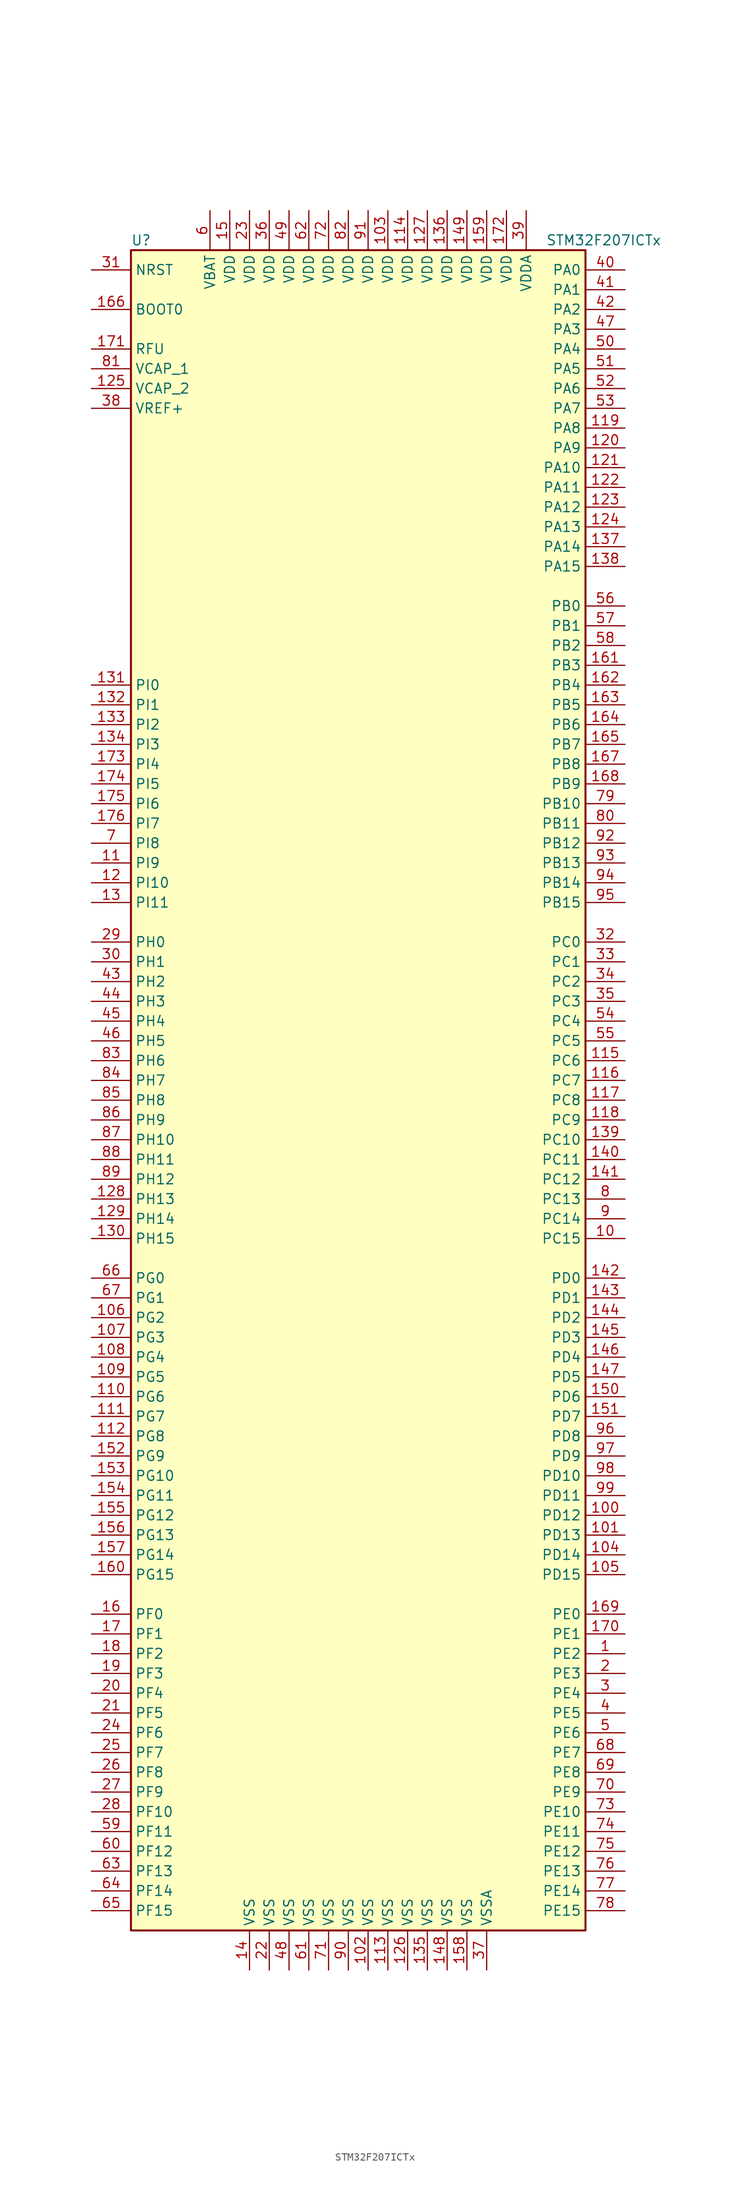
<source format=kicad_sym>
(kicad_symbol_lib
  (version 20211014)
  (generator kicad_symbol_editor)
  (symbol "STM32F207ICTx"
    (property "Reference" "U"
      (at -30.48 107.95 0)
      (effects (font (size 1.27 1.27)) (justify left)))
    (property "Value" "STM32F207ICTx"
      (at 22.86 107.95 0)
      (effects (font (size 1.27 1.27)) (justify left)))
    (symbol "STM32F207ICTx_0_1"
      (rectangle (start -30.48 -109.22) (end 27.94 106.68) (stroke (width 0.254) (type default) (color 0 0 0 0)) (fill (type background))))
    (symbol "STM32F207ICTx_1_1"
      (pin bidirectional line (at 33.02 -73.66 180) (length 5.08) (name "PE2" (effects (font (size 1.27 1.27)))) (number "1" (effects (font (size 1.27 1.27)))))
      (pin bidirectional line (at 33.02 -20.32 180) (length 5.08) (name "PC15" (effects (font (size 1.27 1.27)))) (number "10" (effects (font (size 1.27 1.27)))))
      (pin bidirectional line (at 33.02 -55.88 180) (length 5.08) (name "PD12" (effects (font (size 1.27 1.27)))) (number "100" (effects (font (size 1.27 1.27)))))
      (pin bidirectional line (at 33.02 -58.42 180) (length 5.08) (name "PD13" (effects (font (size 1.27 1.27)))) (number "101" (effects (font (size 1.27 1.27)))))
      (pin power_in line (at 0 -114.3 90) (length 5.08) (name "VSS" (effects (font (size 1.27 1.27)))) (number "102" (effects (font (size 1.27 1.27)))))
      (pin power_in line (at 2.54 111.76 270) (length 5.08) (name "VDD" (effects (font (size 1.27 1.27)))) (number "103" (effects (font (size 1.27 1.27)))))
      (pin bidirectional line (at 33.02 -60.96 180) (length 5.08) (name "PD14" (effects (font (size 1.27 1.27)))) (number "104" (effects (font (size 1.27 1.27)))))
      (pin bidirectional line (at 33.02 -63.5 180) (length 5.08) (name "PD15" (effects (font (size 1.27 1.27)))) (number "105" (effects (font (size 1.27 1.27)))))
      (pin bidirectional line (at -35.56 -30.48 0) (length 5.08) (name "PG2" (effects (font (size 1.27 1.27)))) (number "106" (effects (font (size 1.27 1.27)))))
      (pin bidirectional line (at -35.56 -33.02 0) (length 5.08) (name "PG3" (effects (font (size 1.27 1.27)))) (number "107" (effects (font (size 1.27 1.27)))))
      (pin bidirectional line (at -35.56 -35.56 0) (length 5.08) (name "PG4" (effects (font (size 1.27 1.27)))) (number "108" (effects (font (size 1.27 1.27)))))
      (pin bidirectional line (at -35.56 -38.1 0) (length 5.08) (name "PG5" (effects (font (size 1.27 1.27)))) (number "109" (effects (font (size 1.27 1.27)))))
      (pin bidirectional line (at -35.56 27.94 0) (length 5.08) (name "PI9" (effects (font (size 1.27 1.27)))) (number "11" (effects (font (size 1.27 1.27)))))
      (pin bidirectional line (at -35.56 -40.64 0) (length 5.08) (name "PG6" (effects (font (size 1.27 1.27)))) (number "110" (effects (font (size 1.27 1.27)))))
      (pin bidirectional line (at -35.56 -43.18 0) (length 5.08) (name "PG7" (effects (font (size 1.27 1.27)))) (number "111" (effects (font (size 1.27 1.27)))))
      (pin bidirectional line (at -35.56 -45.72 0) (length 5.08) (name "PG8" (effects (font (size 1.27 1.27)))) (number "112" (effects (font (size 1.27 1.27)))))
      (pin power_in line (at 2.54 -114.3 90) (length 5.08) (name "VSS" (effects (font (size 1.27 1.27)))) (number "113" (effects (font (size 1.27 1.27)))))
      (pin power_in line (at 5.08 111.76 270) (length 5.08) (name "VDD" (effects (font (size 1.27 1.27)))) (number "114" (effects (font (size 1.27 1.27)))))
      (pin bidirectional line (at 33.02 2.54 180) (length 5.08) (name "PC6" (effects (font (size 1.27 1.27)))) (number "115" (effects (font (size 1.27 1.27)))))
      (pin bidirectional line (at 33.02 0 180) (length 5.08) (name "PC7" (effects (font (size 1.27 1.27)))) (number "116" (effects (font (size 1.27 1.27)))))
      (pin bidirectional line (at 33.02 -2.54 180) (length 5.08) (name "PC8" (effects (font (size 1.27 1.27)))) (number "117" (effects (font (size 1.27 1.27)))))
      (pin bidirectional line (at 33.02 -5.08 180) (length 5.08) (name "PC9" (effects (font (size 1.27 1.27)))) (number "118" (effects (font (size 1.27 1.27)))))
      (pin bidirectional line (at 33.02 83.82 180) (length 5.08) (name "PA8" (effects (font (size 1.27 1.27)))) (number "119" (effects (font (size 1.27 1.27)))))
      (pin bidirectional line (at -35.56 25.4 0) (length 5.08) (name "PI10" (effects (font (size 1.27 1.27)))) (number "12" (effects (font (size 1.27 1.27)))))
      (pin bidirectional line (at 33.02 81.28 180) (length 5.08) (name "PA9" (effects (font (size 1.27 1.27)))) (number "120" (effects (font (size 1.27 1.27)))))
      (pin bidirectional line (at 33.02 78.74 180) (length 5.08) (name "PA10" (effects (font (size 1.27 1.27)))) (number "121" (effects (font (size 1.27 1.27)))))
      (pin bidirectional line (at 33.02 76.2 180) (length 5.08) (name "PA11" (effects (font (size 1.27 1.27)))) (number "122" (effects (font (size 1.27 1.27)))))
      (pin bidirectional line (at 33.02 73.66 180) (length 5.08) (name "PA12" (effects (font (size 1.27 1.27)))) (number "123" (effects (font (size 1.27 1.27)))))
      (pin bidirectional line (at 33.02 71.12 180) (length 5.08) (name "PA13" (effects (font (size 1.27 1.27)))) (number "124" (effects (font (size 1.27 1.27)))))
      (pin power_in line (at -35.56 88.9 0) (length 5.08) (name "VCAP_2" (effects (font (size 1.27 1.27)))) (number "125" (effects (font (size 1.27 1.27)))))
      (pin power_in line (at 5.08 -114.3 90) (length 5.08) (name "VSS" (effects (font (size 1.27 1.27)))) (number "126" (effects (font (size 1.27 1.27)))))
      (pin power_in line (at 7.62 111.76 270) (length 5.08) (name "VDD" (effects (font (size 1.27 1.27)))) (number "127" (effects (font (size 1.27 1.27)))))
      (pin bidirectional line (at -35.56 -15.24 0) (length 5.08) (name "PH13" (effects (font (size 1.27 1.27)))) (number "128" (effects (font (size 1.27 1.27)))))
      (pin bidirectional line (at -35.56 -17.78 0) (length 5.08) (name "PH14" (effects (font (size 1.27 1.27)))) (number "129" (effects (font (size 1.27 1.27)))))
      (pin bidirectional line (at -35.56 22.86 0) (length 5.08) (name "PI11" (effects (font (size 1.27 1.27)))) (number "13" (effects (font (size 1.27 1.27)))))
      (pin bidirectional line (at -35.56 -20.32 0) (length 5.08) (name "PH15" (effects (font (size 1.27 1.27)))) (number "130" (effects (font (size 1.27 1.27)))))
      (pin bidirectional line (at -35.56 50.8 0) (length 5.08) (name "PI0" (effects (font (size 1.27 1.27)))) (number "131" (effects (font (size 1.27 1.27)))))
      (pin bidirectional line (at -35.56 48.26 0) (length 5.08) (name "PI1" (effects (font (size 1.27 1.27)))) (number "132" (effects (font (size 1.27 1.27)))))
      (pin bidirectional line (at -35.56 45.72 0) (length 5.08) (name "PI2" (effects (font (size 1.27 1.27)))) (number "133" (effects (font (size 1.27 1.27)))))
      (pin bidirectional line (at -35.56 43.18 0) (length 5.08) (name "PI3" (effects (font (size 1.27 1.27)))) (number "134" (effects (font (size 1.27 1.27)))))
      (pin power_in line (at 7.62 -114.3 90) (length 5.08) (name "VSS" (effects (font (size 1.27 1.27)))) (number "135" (effects (font (size 1.27 1.27)))))
      (pin power_in line (at 10.16 111.76 270) (length 5.08) (name "VDD" (effects (font (size 1.27 1.27)))) (number "136" (effects (font (size 1.27 1.27)))))
      (pin bidirectional line (at 33.02 68.58 180) (length 5.08) (name "PA14" (effects (font (size 1.27 1.27)))) (number "137" (effects (font (size 1.27 1.27)))))
      (pin bidirectional line (at 33.02 66.04 180) (length 5.08) (name "PA15" (effects (font (size 1.27 1.27)))) (number "138" (effects (font (size 1.27 1.27)))))
      (pin bidirectional line (at 33.02 -7.62 180) (length 5.08) (name "PC10" (effects (font (size 1.27 1.27)))) (number "139" (effects (font (size 1.27 1.27)))))
      (pin power_in line (at -15.24 -114.3 90) (length 5.08) (name "VSS" (effects (font (size 1.27 1.27)))) (number "14" (effects (font (size 1.27 1.27)))))
      (pin bidirectional line (at 33.02 -10.16 180) (length 5.08) (name "PC11" (effects (font (size 1.27 1.27)))) (number "140" (effects (font (size 1.27 1.27)))))
      (pin bidirectional line (at 33.02 -12.7 180) (length 5.08) (name "PC12" (effects (font (size 1.27 1.27)))) (number "141" (effects (font (size 1.27 1.27)))))
      (pin bidirectional line (at 33.02 -25.4 180) (length 5.08) (name "PD0" (effects (font (size 1.27 1.27)))) (number "142" (effects (font (size 1.27 1.27)))))
      (pin bidirectional line (at 33.02 -27.94 180) (length 5.08) (name "PD1" (effects (font (size 1.27 1.27)))) (number "143" (effects (font (size 1.27 1.27)))))
      (pin bidirectional line (at 33.02 -30.48 180) (length 5.08) (name "PD2" (effects (font (size 1.27 1.27)))) (number "144" (effects (font (size 1.27 1.27)))))
      (pin bidirectional line (at 33.02 -33.02 180) (length 5.08) (name "PD3" (effects (font (size 1.27 1.27)))) (number "145" (effects (font (size 1.27 1.27)))))
      (pin bidirectional line (at 33.02 -35.56 180) (length 5.08) (name "PD4" (effects (font (size 1.27 1.27)))) (number "146" (effects (font (size 1.27 1.27)))))
      (pin bidirectional line (at 33.02 -38.1 180) (length 5.08) (name "PD5" (effects (font (size 1.27 1.27)))) (number "147" (effects (font (size 1.27 1.27)))))
      (pin power_in line (at 10.16 -114.3 90) (length 5.08) (name "VSS" (effects (font (size 1.27 1.27)))) (number "148" (effects (font (size 1.27 1.27)))))
      (pin power_in line (at 12.7 111.76 270) (length 5.08) (name "VDD" (effects (font (size 1.27 1.27)))) (number "149" (effects (font (size 1.27 1.27)))))
      (pin power_in line (at -17.78 111.76 270) (length 5.08) (name "VDD" (effects (font (size 1.27 1.27)))) (number "15" (effects (font (size 1.27 1.27)))))
      (pin bidirectional line (at 33.02 -40.64 180) (length 5.08) (name "PD6" (effects (font (size 1.27 1.27)))) (number "150" (effects (font (size 1.27 1.27)))))
      (pin bidirectional line (at 33.02 -43.18 180) (length 5.08) (name "PD7" (effects (font (size 1.27 1.27)))) (number "151" (effects (font (size 1.27 1.27)))))
      (pin bidirectional line (at -35.56 -48.26 0) (length 5.08) (name "PG9" (effects (font (size 1.27 1.27)))) (number "152" (effects (font (size 1.27 1.27)))))
      (pin bidirectional line (at -35.56 -50.8 0) (length 5.08) (name "PG10" (effects (font (size 1.27 1.27)))) (number "153" (effects (font (size 1.27 1.27)))))
      (pin bidirectional line (at -35.56 -53.34 0) (length 5.08) (name "PG11" (effects (font (size 1.27 1.27)))) (number "154" (effects (font (size 1.27 1.27)))))
      (pin bidirectional line (at -35.56 -55.88 0) (length 5.08) (name "PG12" (effects (font (size 1.27 1.27)))) (number "155" (effects (font (size 1.27 1.27)))))
      (pin bidirectional line (at -35.56 -58.42 0) (length 5.08) (name "PG13" (effects (font (size 1.27 1.27)))) (number "156" (effects (font (size 1.27 1.27)))))
      (pin bidirectional line (at -35.56 -60.96 0) (length 5.08) (name "PG14" (effects (font (size 1.27 1.27)))) (number "157" (effects (font (size 1.27 1.27)))))
      (pin power_in line (at 12.7 -114.3 90) (length 5.08) (name "VSS" (effects (font (size 1.27 1.27)))) (number "158" (effects (font (size 1.27 1.27)))))
      (pin power_in line (at 15.24 111.76 270) (length 5.08) (name "VDD" (effects (font (size 1.27 1.27)))) (number "159" (effects (font (size 1.27 1.27)))))
      (pin bidirectional line (at -35.56 -68.58 0) (length 5.08) (name "PF0" (effects (font (size 1.27 1.27)))) (number "16" (effects (font (size 1.27 1.27)))))
      (pin bidirectional line (at -35.56 -63.5 0) (length 5.08) (name "PG15" (effects (font (size 1.27 1.27)))) (number "160" (effects (font (size 1.27 1.27)))))
      (pin bidirectional line (at 33.02 53.34 180) (length 5.08) (name "PB3" (effects (font (size 1.27 1.27)))) (number "161" (effects (font (size 1.27 1.27)))))
      (pin bidirectional line (at 33.02 50.8 180) (length 5.08) (name "PB4" (effects (font (size 1.27 1.27)))) (number "162" (effects (font (size 1.27 1.27)))))
      (pin bidirectional line (at 33.02 48.26 180) (length 5.08) (name "PB5" (effects (font (size 1.27 1.27)))) (number "163" (effects (font (size 1.27 1.27)))))
      (pin bidirectional line (at 33.02 45.72 180) (length 5.08) (name "PB6" (effects (font (size 1.27 1.27)))) (number "164" (effects (font (size 1.27 1.27)))))
      (pin bidirectional line (at 33.02 43.18 180) (length 5.08) (name "PB7" (effects (font (size 1.27 1.27)))) (number "165" (effects (font (size 1.27 1.27)))))
      (pin input line (at -35.56 99.06 0) (length 5.08) (name "BOOT0" (effects (font (size 1.27 1.27)))) (number "166" (effects (font (size 1.27 1.27)))))
      (pin bidirectional line (at 33.02 40.64 180) (length 5.08) (name "PB8" (effects (font (size 1.27 1.27)))) (number "167" (effects (font (size 1.27 1.27)))))
      (pin bidirectional line (at 33.02 38.1 180) (length 5.08) (name "PB9" (effects (font (size 1.27 1.27)))) (number "168" (effects (font (size 1.27 1.27)))))
      (pin bidirectional line (at 33.02 -68.58 180) (length 5.08) (name "PE0" (effects (font (size 1.27 1.27)))) (number "169" (effects (font (size 1.27 1.27)))))
      (pin bidirectional line (at -35.56 -71.12 0) (length 5.08) (name "PF1" (effects (font (size 1.27 1.27)))) (number "17" (effects (font (size 1.27 1.27)))))
      (pin bidirectional line (at 33.02 -71.12 180) (length 5.08) (name "PE1" (effects (font (size 1.27 1.27)))) (number "170" (effects (font (size 1.27 1.27)))))
      (pin power_in line (at -35.56 93.98 0) (length 5.08) (name "RFU" (effects (font (size 1.27 1.27)))) (number "171" (effects (font (size 1.27 1.27)))))
      (pin power_in line (at 17.78 111.76 270) (length 5.08) (name "VDD" (effects (font (size 1.27 1.27)))) (number "172" (effects (font (size 1.27 1.27)))))
      (pin bidirectional line (at -35.56 40.64 0) (length 5.08) (name "PI4" (effects (font (size 1.27 1.27)))) (number "173" (effects (font (size 1.27 1.27)))))
      (pin bidirectional line (at -35.56 38.1 0) (length 5.08) (name "PI5" (effects (font (size 1.27 1.27)))) (number "174" (effects (font (size 1.27 1.27)))))
      (pin bidirectional line (at -35.56 35.56 0) (length 5.08) (name "PI6" (effects (font (size 1.27 1.27)))) (number "175" (effects (font (size 1.27 1.27)))))
      (pin bidirectional line (at -35.56 33.02 0) (length 5.08) (name "PI7" (effects (font (size 1.27 1.27)))) (number "176" (effects (font (size 1.27 1.27)))))
      (pin bidirectional line (at -35.56 -73.66 0) (length 5.08) (name "PF2" (effects (font (size 1.27 1.27)))) (number "18" (effects (font (size 1.27 1.27)))))
      (pin bidirectional line (at -35.56 -76.2 0) (length 5.08) (name "PF3" (effects (font (size 1.27 1.27)))) (number "19" (effects (font (size 1.27 1.27)))))
      (pin bidirectional line (at 33.02 -76.2 180) (length 5.08) (name "PE3" (effects (font (size 1.27 1.27)))) (number "2" (effects (font (size 1.27 1.27)))))
      (pin bidirectional line (at -35.56 -78.74 0) (length 5.08) (name "PF4" (effects (font (size 1.27 1.27)))) (number "20" (effects (font (size 1.27 1.27)))))
      (pin bidirectional line (at -35.56 -81.28 0) (length 5.08) (name "PF5" (effects (font (size 1.27 1.27)))) (number "21" (effects (font (size 1.27 1.27)))))
      (pin power_in line (at -12.7 -114.3 90) (length 5.08) (name "VSS" (effects (font (size 1.27 1.27)))) (number "22" (effects (font (size 1.27 1.27)))))
      (pin power_in line (at -15.24 111.76 270) (length 5.08) (name "VDD" (effects (font (size 1.27 1.27)))) (number "23" (effects (font (size 1.27 1.27)))))
      (pin bidirectional line (at -35.56 -83.82 0) (length 5.08) (name "PF6" (effects (font (size 1.27 1.27)))) (number "24" (effects (font (size 1.27 1.27)))))
      (pin bidirectional line (at -35.56 -86.36 0) (length 5.08) (name "PF7" (effects (font (size 1.27 1.27)))) (number "25" (effects (font (size 1.27 1.27)))))
      (pin bidirectional line (at -35.56 -88.9 0) (length 5.08) (name "PF8" (effects (font (size 1.27 1.27)))) (number "26" (effects (font (size 1.27 1.27)))))
      (pin bidirectional line (at -35.56 -91.44 0) (length 5.08) (name "PF9" (effects (font (size 1.27 1.27)))) (number "27" (effects (font (size 1.27 1.27)))))
      (pin bidirectional line (at -35.56 -93.98 0) (length 5.08) (name "PF10" (effects (font (size 1.27 1.27)))) (number "28" (effects (font (size 1.27 1.27)))))
      (pin input line (at -35.56 17.78 0) (length 5.08) (name "PH0" (effects (font (size 1.27 1.27)))) (number "29" (effects (font (size 1.27 1.27)))))
      (pin bidirectional line (at 33.02 -78.74 180) (length 5.08) (name "PE4" (effects (font (size 1.27 1.27)))) (number "3" (effects (font (size 1.27 1.27)))))
      (pin input line (at -35.56 15.24 0) (length 5.08) (name "PH1" (effects (font (size 1.27 1.27)))) (number "30" (effects (font (size 1.27 1.27)))))
      (pin input line (at -35.56 104.14 0) (length 5.08) (name "NRST" (effects (font (size 1.27 1.27)))) (number "31" (effects (font (size 1.27 1.27)))))
      (pin bidirectional line (at 33.02 17.78 180) (length 5.08) (name "PC0" (effects (font (size 1.27 1.27)))) (number "32" (effects (font (size 1.27 1.27)))))
      (pin bidirectional line (at 33.02 15.24 180) (length 5.08) (name "PC1" (effects (font (size 1.27 1.27)))) (number "33" (effects (font (size 1.27 1.27)))))
      (pin bidirectional line (at 33.02 12.7 180) (length 5.08) (name "PC2" (effects (font (size 1.27 1.27)))) (number "34" (effects (font (size 1.27 1.27)))))
      (pin bidirectional line (at 33.02 10.16 180) (length 5.08) (name "PC3" (effects (font (size 1.27 1.27)))) (number "35" (effects (font (size 1.27 1.27)))))
      (pin power_in line (at -12.7 111.76 270) (length 5.08) (name "VDD" (effects (font (size 1.27 1.27)))) (number "36" (effects (font (size 1.27 1.27)))))
      (pin power_in line (at 15.24 -114.3 90) (length 5.08) (name "VSSA" (effects (font (size 1.27 1.27)))) (number "37" (effects (font (size 1.27 1.27)))))
      (pin power_in line (at -35.56 86.36 0) (length 5.08) (name "VREF+" (effects (font (size 1.27 1.27)))) (number "38" (effects (font (size 1.27 1.27)))))
      (pin power_in line (at 20.32 111.76 270) (length 5.08) (name "VDDA" (effects (font (size 1.27 1.27)))) (number "39" (effects (font (size 1.27 1.27)))))
      (pin bidirectional line (at 33.02 -81.28 180) (length 5.08) (name "PE5" (effects (font (size 1.27 1.27)))) (number "4" (effects (font (size 1.27 1.27)))))
      (pin bidirectional line (at 33.02 104.14 180) (length 5.08) (name "PA0" (effects (font (size 1.27 1.27)))) (number "40" (effects (font (size 1.27 1.27)))))
      (pin bidirectional line (at 33.02 101.6 180) (length 5.08) (name "PA1" (effects (font (size 1.27 1.27)))) (number "41" (effects (font (size 1.27 1.27)))))
      (pin bidirectional line (at 33.02 99.06 180) (length 5.08) (name "PA2" (effects (font (size 1.27 1.27)))) (number "42" (effects (font (size 1.27 1.27)))))
      (pin bidirectional line (at -35.56 12.7 0) (length 5.08) (name "PH2" (effects (font (size 1.27 1.27)))) (number "43" (effects (font (size 1.27 1.27)))))
      (pin bidirectional line (at -35.56 10.16 0) (length 5.08) (name "PH3" (effects (font (size 1.27 1.27)))) (number "44" (effects (font (size 1.27 1.27)))))
      (pin bidirectional line (at -35.56 7.62 0) (length 5.08) (name "PH4" (effects (font (size 1.27 1.27)))) (number "45" (effects (font (size 1.27 1.27)))))
      (pin bidirectional line (at -35.56 5.08 0) (length 5.08) (name "PH5" (effects (font (size 1.27 1.27)))) (number "46" (effects (font (size 1.27 1.27)))))
      (pin bidirectional line (at 33.02 96.52 180) (length 5.08) (name "PA3" (effects (font (size 1.27 1.27)))) (number "47" (effects (font (size 1.27 1.27)))))
      (pin power_in line (at -10.16 -114.3 90) (length 5.08) (name "VSS" (effects (font (size 1.27 1.27)))) (number "48" (effects (font (size 1.27 1.27)))))
      (pin power_in line (at -10.16 111.76 270) (length 5.08) (name "VDD" (effects (font (size 1.27 1.27)))) (number "49" (effects (font (size 1.27 1.27)))))
      (pin bidirectional line (at 33.02 -83.82 180) (length 5.08) (name "PE6" (effects (font (size 1.27 1.27)))) (number "5" (effects (font (size 1.27 1.27)))))
      (pin bidirectional line (at 33.02 93.98 180) (length 5.08) (name "PA4" (effects (font (size 1.27 1.27)))) (number "50" (effects (font (size 1.27 1.27)))))
      (pin bidirectional line (at 33.02 91.44 180) (length 5.08) (name "PA5" (effects (font (size 1.27 1.27)))) (number "51" (effects (font (size 1.27 1.27)))))
      (pin bidirectional line (at 33.02 88.9 180) (length 5.08) (name "PA6" (effects (font (size 1.27 1.27)))) (number "52" (effects (font (size 1.27 1.27)))))
      (pin bidirectional line (at 33.02 86.36 180) (length 5.08) (name "PA7" (effects (font (size 1.27 1.27)))) (number "53" (effects (font (size 1.27 1.27)))))
      (pin bidirectional line (at 33.02 7.62 180) (length 5.08) (name "PC4" (effects (font (size 1.27 1.27)))) (number "54" (effects (font (size 1.27 1.27)))))
      (pin bidirectional line (at 33.02 5.08 180) (length 5.08) (name "PC5" (effects (font (size 1.27 1.27)))) (number "55" (effects (font (size 1.27 1.27)))))
      (pin bidirectional line (at 33.02 60.96 180) (length 5.08) (name "PB0" (effects (font (size 1.27 1.27)))) (number "56" (effects (font (size 1.27 1.27)))))
      (pin bidirectional line (at 33.02 58.42 180) (length 5.08) (name "PB1" (effects (font (size 1.27 1.27)))) (number "57" (effects (font (size 1.27 1.27)))))
      (pin bidirectional line (at 33.02 55.88 180) (length 5.08) (name "PB2" (effects (font (size 1.27 1.27)))) (number "58" (effects (font (size 1.27 1.27)))))
      (pin bidirectional line (at -35.56 -96.52 0) (length 5.08) (name "PF11" (effects (font (size 1.27 1.27)))) (number "59" (effects (font (size 1.27 1.27)))))
      (pin power_in line (at -20.32 111.76 270) (length 5.08) (name "VBAT" (effects (font (size 1.27 1.27)))) (number "6" (effects (font (size 1.27 1.27)))))
      (pin bidirectional line (at -35.56 -99.06 0) (length 5.08) (name "PF12" (effects (font (size 1.27 1.27)))) (number "60" (effects (font (size 1.27 1.27)))))
      (pin power_in line (at -7.62 -114.3 90) (length 5.08) (name "VSS" (effects (font (size 1.27 1.27)))) (number "61" (effects (font (size 1.27 1.27)))))
      (pin power_in line (at -7.62 111.76 270) (length 5.08) (name "VDD" (effects (font (size 1.27 1.27)))) (number "62" (effects (font (size 1.27 1.27)))))
      (pin bidirectional line (at -35.56 -101.6 0) (length 5.08) (name "PF13" (effects (font (size 1.27 1.27)))) (number "63" (effects (font (size 1.27 1.27)))))
      (pin bidirectional line (at -35.56 -104.14 0) (length 5.08) (name "PF14" (effects (font (size 1.27 1.27)))) (number "64" (effects (font (size 1.27 1.27)))))
      (pin bidirectional line (at -35.56 -106.68 0) (length 5.08) (name "PF15" (effects (font (size 1.27 1.27)))) (number "65" (effects (font (size 1.27 1.27)))))
      (pin bidirectional line (at -35.56 -25.4 0) (length 5.08) (name "PG0" (effects (font (size 1.27 1.27)))) (number "66" (effects (font (size 1.27 1.27)))))
      (pin bidirectional line (at -35.56 -27.94 0) (length 5.08) (name "PG1" (effects (font (size 1.27 1.27)))) (number "67" (effects (font (size 1.27 1.27)))))
      (pin bidirectional line (at 33.02 -86.36 180) (length 5.08) (name "PE7" (effects (font (size 1.27 1.27)))) (number "68" (effects (font (size 1.27 1.27)))))
      (pin bidirectional line (at 33.02 -88.9 180) (length 5.08) (name "PE8" (effects (font (size 1.27 1.27)))) (number "69" (effects (font (size 1.27 1.27)))))
      (pin bidirectional line (at -35.56 30.48 0) (length 5.08) (name "PI8" (effects (font (size 1.27 1.27)))) (number "7" (effects (font (size 1.27 1.27)))))
      (pin bidirectional line (at 33.02 -91.44 180) (length 5.08) (name "PE9" (effects (font (size 1.27 1.27)))) (number "70" (effects (font (size 1.27 1.27)))))
      (pin power_in line (at -5.08 -114.3 90) (length 5.08) (name "VSS" (effects (font (size 1.27 1.27)))) (number "71" (effects (font (size 1.27 1.27)))))
      (pin power_in line (at -5.08 111.76 270) (length 5.08) (name "VDD" (effects (font (size 1.27 1.27)))) (number "72" (effects (font (size 1.27 1.27)))))
      (pin bidirectional line (at 33.02 -93.98 180) (length 5.08) (name "PE10" (effects (font (size 1.27 1.27)))) (number "73" (effects (font (size 1.27 1.27)))))
      (pin bidirectional line (at 33.02 -96.52 180) (length 5.08) (name "PE11" (effects (font (size 1.27 1.27)))) (number "74" (effects (font (size 1.27 1.27)))))
      (pin bidirectional line (at 33.02 -99.06 180) (length 5.08) (name "PE12" (effects (font (size 1.27 1.27)))) (number "75" (effects (font (size 1.27 1.27)))))
      (pin bidirectional line (at 33.02 -101.6 180) (length 5.08) (name "PE13" (effects (font (size 1.27 1.27)))) (number "76" (effects (font (size 1.27 1.27)))))
      (pin bidirectional line (at 33.02 -104.14 180) (length 5.08) (name "PE14" (effects (font (size 1.27 1.27)))) (number "77" (effects (font (size 1.27 1.27)))))
      (pin bidirectional line (at 33.02 -106.68 180) (length 5.08) (name "PE15" (effects (font (size 1.27 1.27)))) (number "78" (effects (font (size 1.27 1.27)))))
      (pin bidirectional line (at 33.02 35.56 180) (length 5.08) (name "PB10" (effects (font (size 1.27 1.27)))) (number "79" (effects (font (size 1.27 1.27)))))
      (pin bidirectional line (at 33.02 -15.24 180) (length 5.08) (name "PC13" (effects (font (size 1.27 1.27)))) (number "8" (effects (font (size 1.27 1.27)))))
      (pin bidirectional line (at 33.02 33.02 180) (length 5.08) (name "PB11" (effects (font (size 1.27 1.27)))) (number "80" (effects (font (size 1.27 1.27)))))
      (pin power_in line (at -35.56 91.44 0) (length 5.08) (name "VCAP_1" (effects (font (size 1.27 1.27)))) (number "81" (effects (font (size 1.27 1.27)))))
      (pin power_in line (at -2.54 111.76 270) (length 5.08) (name "VDD" (effects (font (size 1.27 1.27)))) (number "82" (effects (font (size 1.27 1.27)))))
      (pin bidirectional line (at -35.56 2.54 0) (length 5.08) (name "PH6" (effects (font (size 1.27 1.27)))) (number "83" (effects (font (size 1.27 1.27)))))
      (pin bidirectional line (at -35.56 0 0) (length 5.08) (name "PH7" (effects (font (size 1.27 1.27)))) (number "84" (effects (font (size 1.27 1.27)))))
      (pin bidirectional line (at -35.56 -2.54 0) (length 5.08) (name "PH8" (effects (font (size 1.27 1.27)))) (number "85" (effects (font (size 1.27 1.27)))))
      (pin bidirectional line (at -35.56 -5.08 0) (length 5.08) (name "PH9" (effects (font (size 1.27 1.27)))) (number "86" (effects (font (size 1.27 1.27)))))
      (pin bidirectional line (at -35.56 -7.62 0) (length 5.08) (name "PH10" (effects (font (size 1.27 1.27)))) (number "87" (effects (font (size 1.27 1.27)))))
      (pin bidirectional line (at -35.56 -10.16 0) (length 5.08) (name "PH11" (effects (font (size 1.27 1.27)))) (number "88" (effects (font (size 1.27 1.27)))))
      (pin bidirectional line (at -35.56 -12.7 0) (length 5.08) (name "PH12" (effects (font (size 1.27 1.27)))) (number "89" (effects (font (size 1.27 1.27)))))
      (pin bidirectional line (at 33.02 -17.78 180) (length 5.08) (name "PC14" (effects (font (size 1.27 1.27)))) (number "9" (effects (font (size 1.27 1.27)))))
      (pin power_in line (at -2.54 -114.3 90) (length 5.08) (name "VSS" (effects (font (size 1.27 1.27)))) (number "90" (effects (font (size 1.27 1.27)))))
      (pin power_in line (at 0 111.76 270) (length 5.08) (name "VDD" (effects (font (size 1.27 1.27)))) (number "91" (effects (font (size 1.27 1.27)))))
      (pin bidirectional line (at 33.02 30.48 180) (length 5.08) (name "PB12" (effects (font (size 1.27 1.27)))) (number "92" (effects (font (size 1.27 1.27)))))
      (pin bidirectional line (at 33.02 27.94 180) (length 5.08) (name "PB13" (effects (font (size 1.27 1.27)))) (number "93" (effects (font (size 1.27 1.27)))))
      (pin bidirectional line (at 33.02 25.4 180) (length 5.08) (name "PB14" (effects (font (size 1.27 1.27)))) (number "94" (effects (font (size 1.27 1.27)))))
      (pin bidirectional line (at 33.02 22.86 180) (length 5.08) (name "PB15" (effects (font (size 1.27 1.27)))) (number "95" (effects (font (size 1.27 1.27)))))
      (pin bidirectional line (at 33.02 -45.72 180) (length 5.08) (name "PD8" (effects (font (size 1.27 1.27)))) (number "96" (effects (font (size 1.27 1.27)))))
      (pin bidirectional line (at 33.02 -48.26 180) (length 5.08) (name "PD9" (effects (font (size 1.27 1.27)))) (number "97" (effects (font (size 1.27 1.27)))))
      (pin bidirectional line (at 33.02 -50.8 180) (length 5.08) (name "PD10" (effects (font (size 1.27 1.27)))) (number "98" (effects (font (size 1.27 1.27)))))
      (pin bidirectional line (at 33.02 -53.34 180) (length 5.08) (name "PD11" (effects (font (size 1.27 1.27)))) (number "99" (effects (font (size 1.27 1.27))))))))
</source>
